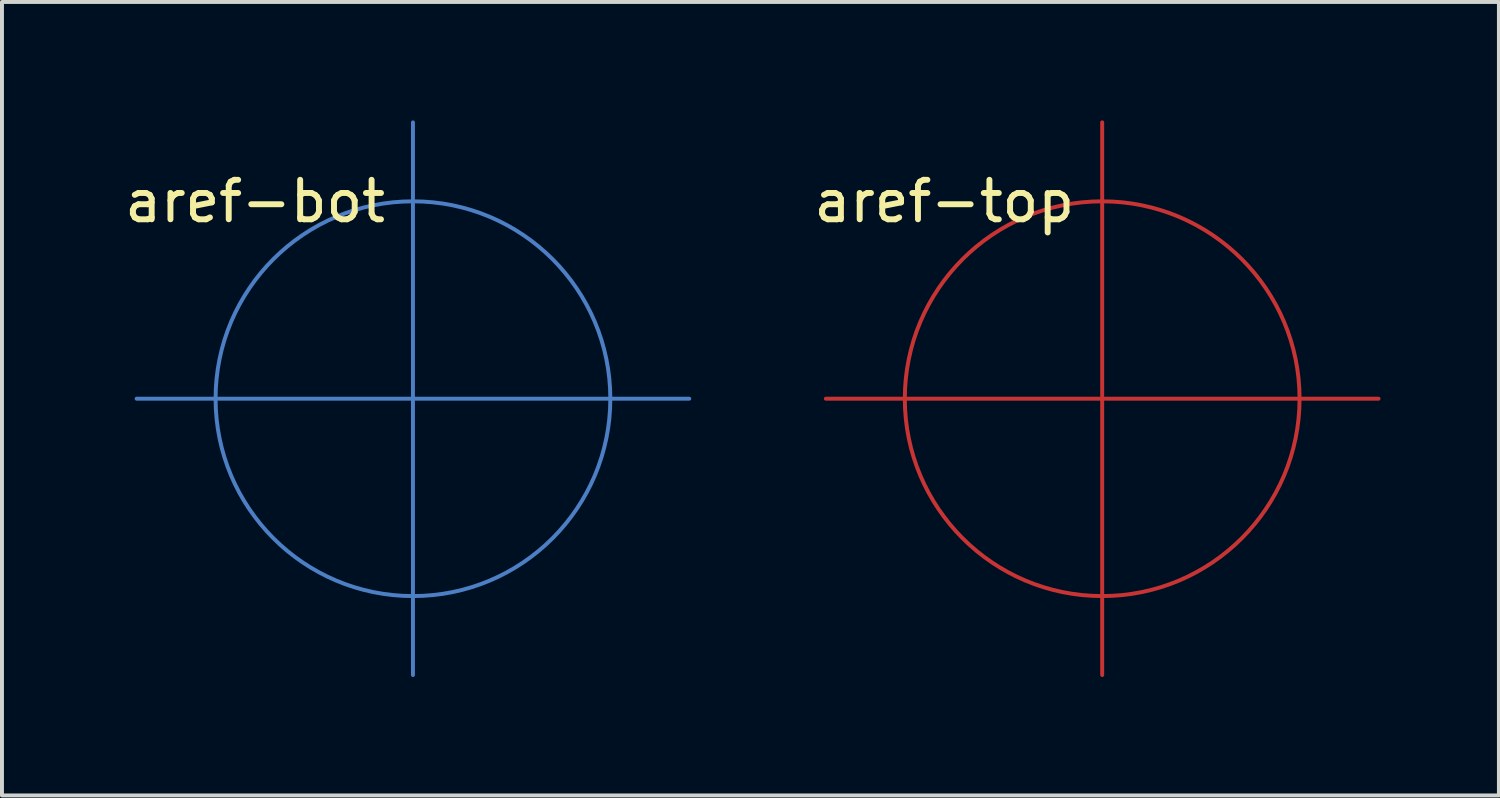
<source format=kicad_pcb>
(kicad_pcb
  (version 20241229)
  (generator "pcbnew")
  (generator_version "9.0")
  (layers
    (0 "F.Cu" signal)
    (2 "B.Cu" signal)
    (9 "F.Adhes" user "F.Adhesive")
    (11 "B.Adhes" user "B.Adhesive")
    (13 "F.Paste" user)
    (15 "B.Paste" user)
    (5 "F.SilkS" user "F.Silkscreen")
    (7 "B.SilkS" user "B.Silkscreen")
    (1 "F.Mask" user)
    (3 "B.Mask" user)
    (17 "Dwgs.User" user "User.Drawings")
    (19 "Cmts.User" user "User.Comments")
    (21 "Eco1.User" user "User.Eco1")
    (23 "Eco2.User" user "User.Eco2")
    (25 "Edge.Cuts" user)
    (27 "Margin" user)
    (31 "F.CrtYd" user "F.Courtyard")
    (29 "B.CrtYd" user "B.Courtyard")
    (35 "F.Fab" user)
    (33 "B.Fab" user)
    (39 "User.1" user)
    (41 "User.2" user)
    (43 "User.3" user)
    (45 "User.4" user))
  (footprint "aref-bot"
    (layer "F.Cu")
    (at 7.411 7.05)
    (property "Reference" "aref-bot" (at -4 -5 0) (unlocked yes) (layer "F.SilkS") (effects (font (size 1 1) (thickness 0.15))))
    (attr smd)
    (fp_line (start 0 -7) (end 0 7) (stroke (width 0.1) (type default)) (layer "B.Cu"))
    (fp_line (start 7 0) (end -7 0) (stroke (width 0.1) (type default)) (layer "B.Cu"))
    (fp_circle (center 0 0) (end 5 0) (stroke (width 0.1) (type default)) (fill no) (layer "B.Cu")))
  (footprint "aref-top"
    (layer "F.Cu")
    (at 24.871 7.05)
    (property "Reference" "aref-top" (at -4 -5 0) (unlocked yes) (layer "F.SilkS") (effects (font (size 1 1) (thickness 0.15))))
    (attr smd)
    (fp_line (start 0 -7) (end 0 7) (stroke (width 0.1) (type default)) (layer "F.Cu"))
    (fp_line (start 7 0) (end -7 0) (stroke (width 0.1) (type default)) (layer "F.Cu"))
    (fp_circle (center 0 0) (end 5 0) (stroke (width 0.1) (type default)) (fill no) (layer "F.Cu")))
  (gr_rect
    (start -3 -3)
    (end 34.921 17.1)
    (stroke (width 0.1) (type default))
    (fill no)
    (layer "Edge.Cuts")))
</source>
